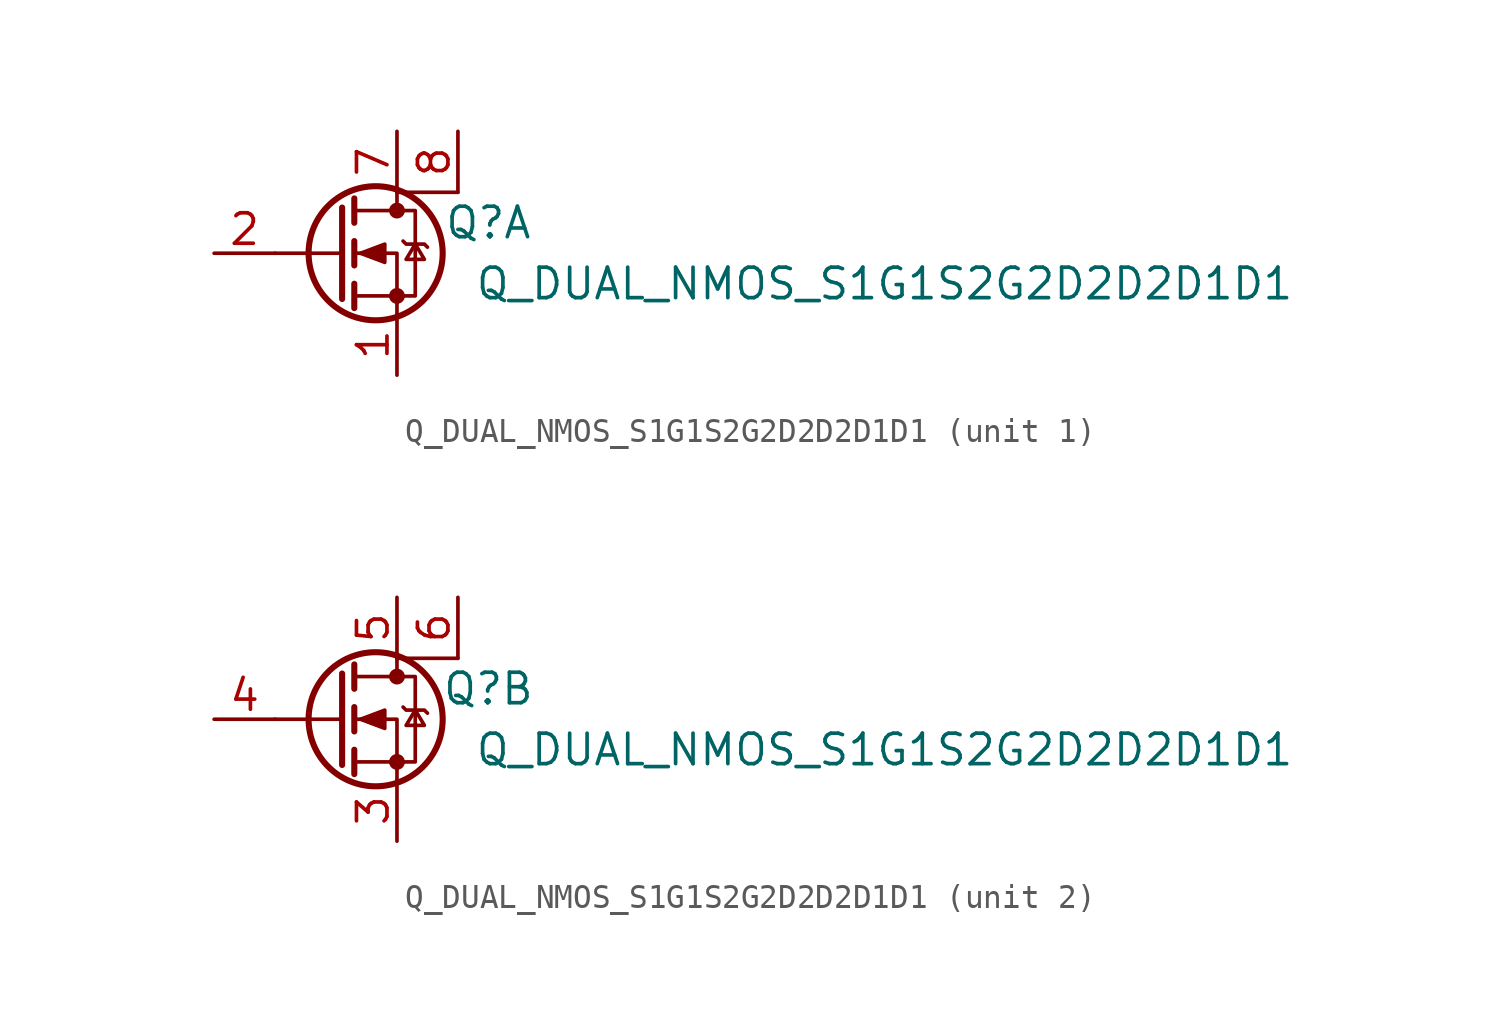
<source format=kicad_sym>
(kicad_symbol_lib
  (version 20241209)
  (generator "kicad_symbol_editor")
  (generator_version "9.0")
  (symbol "Q_DUAL_NMOS_S1G1S2G2D2D2D1D1"
    (pin_names
      (offset 1.016))
    (property "Reference" "Q"
      (at 6.35 1.27 0)
      (effects (font (size 1.27 1.27))))
    (property "Value" "Q_DUAL_NMOS_S1G1S2G2D2D2D1D1"
      (at 22.86 -1.27 0)
      (effects (font (size 1.27 1.27))))
    (symbol "Q_DUAL_NMOS_S1G1S2G2D2D2D1D1_0_1"
      (polyline (pts (xy 5.08 2.54) (xy 2.54 2.54)) (stroke (width 0) (type default)) (fill (type none))))
    (symbol "Q_DUAL_NMOS_S1G1S2G2D2D2D1D1_1_1"
      (polyline (pts (xy 0.254 1.905) (xy 0.254 -1.905)) (stroke (width 0.254) (type default)) (fill (type none)))
      (polyline (pts (xy 0.254 0) (xy -2.54 0)) (stroke (width 0) (type default)) (fill (type none)))
      (polyline (pts (xy 0.762 2.286) (xy 0.762 1.27)) (stroke (width 0.254) (type default)) (fill (type none)))
      (polyline (pts (xy 0.762 0.508) (xy 0.762 -0.508)) (stroke (width 0.254) (type default)) (fill (type none)))
      (polyline (pts (xy 0.762 -1.27) (xy 0.762 -2.286)) (stroke (width 0.254) (type default)) (fill (type none)))
      (polyline (pts (xy 0.762 -1.778) (xy 3.302 -1.778) (xy 3.302 1.778) (xy 0.762 1.778)) (stroke (width 0) (type default)) (fill (type none)))
      (polyline (pts (xy 1.016 0) (xy 2.032 0.381) (xy 2.032 -0.381) (xy 1.016 0)) (stroke (width 0) (type default)) (fill (type outline)))
      (circle (center 1.651 0) (radius 2.794) (stroke (width 0.254) (type default)) (fill (type none)))
      (polyline (pts (xy 2.54 2.54) (xy 2.54 1.778)) (stroke (width 0) (type default)) (fill (type none)))
      (circle (center 2.54 1.778) (radius 0.254) (stroke (width 0) (type default)) (fill (type outline)))
      (circle (center 2.54 -1.778) (radius 0.254) (stroke (width 0) (type default)) (fill (type outline)))
      (polyline (pts (xy 2.54 -2.54) (xy 2.54 0) (xy 0.762 0)) (stroke (width 0) (type default)) (fill (type none)))
      (polyline (pts (xy 2.794 0.508) (xy 2.921 0.381) (xy 3.683 0.381) (xy 3.81 0.254)) (stroke (width 0) (type default)) (fill (type none)))
      (polyline (pts (xy 3.302 0.381) (xy 2.921 -0.254) (xy 3.683 -0.254) (xy 3.302 0.381)) (stroke (width 0) (type default)) (fill (type none)))
      (pin input line (at -5.08 0 0) (length 2.54) (name "~" (effects (font (size 1.27 1.27)))) (number "2" (effects (font (size 1.27 1.27)))))
      (pin passive line (at 2.54 5.08 270) (length 2.54) (name "~" (effects (font (size 1.27 1.27)))) (number "7" (effects (font (size 1.27 1.27)))))
      (pin passive line (at 2.54 -5.08 90) (length 2.54) (name "~" (effects (font (size 1.27 1.27)))) (number "1" (effects (font (size 1.27 1.27)))))
      (pin passive line (at 5.08 5.08 270) (length 2.54) (name "~" (effects (font (size 1.27 1.27)))) (number "8" (effects (font (size 1.27 1.27))))))
    (symbol "Q_DUAL_NMOS_S1G1S2G2D2D2D1D1_2_1"
      (polyline (pts (xy 0.254 1.905) (xy 0.254 -1.905)) (stroke (width 0.254) (type default)) (fill (type none)))
      (polyline (pts (xy 0.254 0) (xy -2.54 0)) (stroke (width 0) (type default)) (fill (type none)))
      (polyline (pts (xy 0.762 2.286) (xy 0.762 1.27)) (stroke (width 0.254) (type default)) (fill (type none)))
      (polyline (pts (xy 0.762 0.508) (xy 0.762 -0.508)) (stroke (width 0.254) (type default)) (fill (type none)))
      (polyline (pts (xy 0.762 -1.27) (xy 0.762 -2.286)) (stroke (width 0.254) (type default)) (fill (type none)))
      (polyline (pts (xy 0.762 -1.778) (xy 3.302 -1.778) (xy 3.302 1.778) (xy 0.762 1.778)) (stroke (width 0) (type default)) (fill (type none)))
      (polyline (pts (xy 1.016 0) (xy 2.032 0.381) (xy 2.032 -0.381) (xy 1.016 0)) (stroke (width 0) (type default)) (fill (type outline)))
      (circle (center 1.651 0) (radius 2.794) (stroke (width 0.254) (type default)) (fill (type none)))
      (polyline (pts (xy 2.54 2.54) (xy 2.54 1.778)) (stroke (width 0) (type default)) (fill (type none)))
      (circle (center 2.54 1.778) (radius 0.254) (stroke (width 0) (type default)) (fill (type outline)))
      (circle (center 2.54 -1.778) (radius 0.254) (stroke (width 0) (type default)) (fill (type outline)))
      (polyline (pts (xy 2.54 -2.54) (xy 2.54 0) (xy 0.762 0)) (stroke (width 0) (type default)) (fill (type none)))
      (polyline (pts (xy 2.794 0.508) (xy 2.921 0.381) (xy 3.683 0.381) (xy 3.81 0.254)) (stroke (width 0) (type default)) (fill (type none)))
      (polyline (pts (xy 3.302 0.381) (xy 2.921 -0.254) (xy 3.683 -0.254) (xy 3.302 0.381)) (stroke (width 0) (type default)) (fill (type none)))
      (pin input line (at -5.08 0 0) (length 2.54) (name "~" (effects (font (size 1.27 1.27)))) (number "4" (effects (font (size 1.27 1.27)))))
      (pin passive line (at 2.54 5.08 270) (length 2.54) (name "~" (effects (font (size 1.27 1.27)))) (number "5" (effects (font (size 1.27 1.27)))))
      (pin passive line (at 2.54 -5.08 90) (length 2.54) (name "~" (effects (font (size 1.27 1.27)))) (number "3" (effects (font (size 1.27 1.27)))))
      (pin passive line (at 5.08 5.08 270) (length 2.54) (name "~" (effects (font (size 1.27 1.27)))) (number "6" (effects (font (size 1.27 1.27))))))))
</source>
